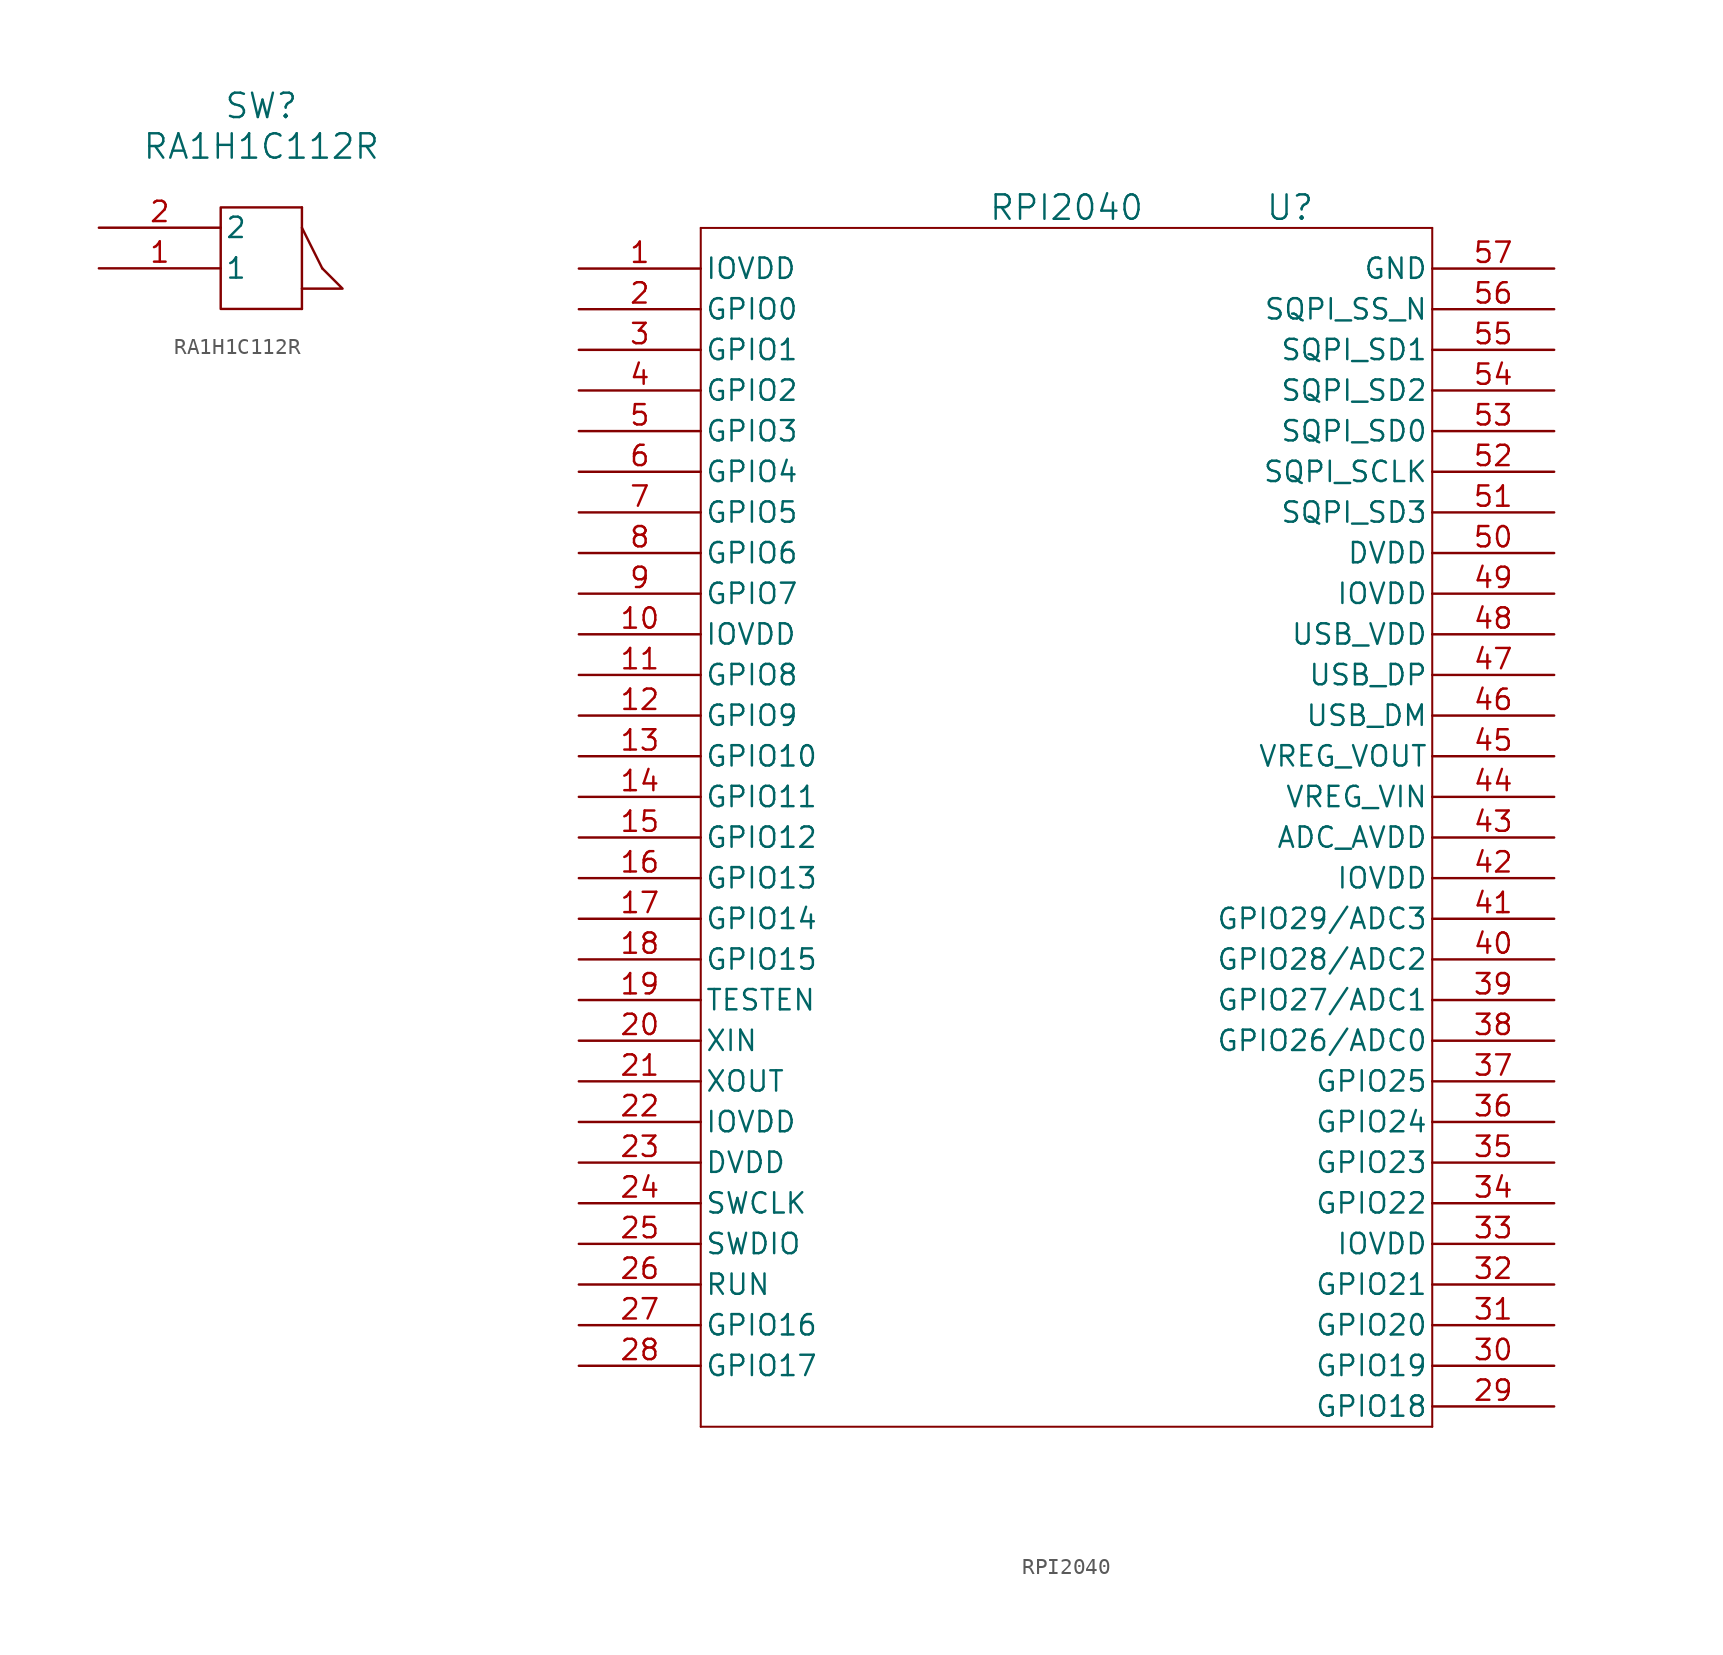
<source format=kicad_sym>
(kicad_symbol_lib
  (version 20231120)
  (generator "kicad_symbol_editor")
  (generator_version "8.0")
  (symbol "RA1H1C112R"
    (pin_names
      (offset 0.254))
    (property "Reference" "SW"
      (at 1.27 8.89 0)
      (effects (font (size 1.524 1.524))))
    (property "Value" "RA1H1C112R"
      (at 1.27 6.35 0)
      (effects (font (size 1.524 1.524))))
    (symbol "RA1H1C112R_1_1"
      (polyline (pts (xy 3.81 1.27) (xy 5.08 -1.27)) (stroke (width 0) (type default)) (fill (type none)))
      (polyline (pts (xy 3.81 2.54) (xy 3.81 -3.81)) (stroke (width 0) (type default)) (fill (type none)))
      (polyline (pts (xy 5.08 -1.27) (xy 6.35 -2.54) (xy 3.81 -2.54)) (stroke (width 0) (type default)) (fill (type none)))
      (polyline (pts (xy 3.81 -3.81) (xy -1.27 -3.81) (xy -1.27 2.54) (xy 3.81 2.54)) (stroke (width 0) (type default)) (fill (type none)))
      (pin power_in line (at -8.89 -1.27 0) (length 7.62) (name "1" (effects (font (size 1.27 1.27)))) (number "1" (effects (font (size 1.27 1.27)))))
      (pin power_in line (at -8.89 1.27 0) (length 7.62) (name "2" (effects (font (size 1.27 1.27)))) (number "2" (effects (font (size 1.27 1.27)))))))
  (symbol "RPI2040"
    (pin_names
      (offset 0.254))
    (property "Reference" "U"
      (at 44.45 3.81 0)
      (effects (font (size 1.524 1.524))))
    (property "Value" "RPI2040"
      (at 30.48 3.81 0)
      (effects (font (size 1.524 1.524))))
    (symbol "RPI2040_0_1"
      (polyline (pts (xy 7.62 -72.39) (xy 53.34 -72.39)) (stroke (width 0.127) (type default)) (fill (type none)))
      (polyline (pts (xy 7.62 2.54) (xy 7.62 -72.39)) (stroke (width 0.127) (type default)) (fill (type none)))
      (polyline (pts (xy 53.34 -72.39) (xy 53.34 2.54)) (stroke (width 0.127) (type default)) (fill (type none)))
      (polyline (pts (xy 53.34 2.54) (xy 7.62 2.54)) (stroke (width 0.127) (type default)) (fill (type none)))
      (pin power_in line (at 0 0 0) (length 7.62) (name "IOVDD" (effects (font (size 1.27 1.27)))) (number "1" (effects (font (size 1.27 1.27)))))
      (pin power_in line (at 0 -22.86 0) (length 7.62) (name "IOVDD" (effects (font (size 1.27 1.27)))) (number "10" (effects (font (size 1.27 1.27)))))
      (pin bidirectional line (at 0 -25.4 0) (length 7.62) (name "GPIO8" (effects (font (size 1.27 1.27)))) (number "11" (effects (font (size 1.27 1.27)))))
      (pin bidirectional line (at 0 -27.94 0) (length 7.62) (name "GPIO9" (effects (font (size 1.27 1.27)))) (number "12" (effects (font (size 1.27 1.27)))))
      (pin bidirectional line (at 0 -30.48 0) (length 7.62) (name "GPIO10" (effects (font (size 1.27 1.27)))) (number "13" (effects (font (size 1.27 1.27)))))
      (pin bidirectional line (at 0 -33.02 0) (length 7.62) (name "GPIO11" (effects (font (size 1.27 1.27)))) (number "14" (effects (font (size 1.27 1.27)))))
      (pin bidirectional line (at 0 -35.56 0) (length 7.62) (name "GPIO12" (effects (font (size 1.27 1.27)))) (number "15" (effects (font (size 1.27 1.27)))))
      (pin bidirectional line (at 0 -38.1 0) (length 7.62) (name "GPIO13" (effects (font (size 1.27 1.27)))) (number "16" (effects (font (size 1.27 1.27)))))
      (pin bidirectional line (at 0 -40.64 0) (length 7.62) (name "GPIO14" (effects (font (size 1.27 1.27)))) (number "17" (effects (font (size 1.27 1.27)))))
      (pin bidirectional line (at 0 -43.18 0) (length 7.62) (name "GPIO15" (effects (font (size 1.27 1.27)))) (number "18" (effects (font (size 1.27 1.27)))))
      (pin input line (at 0 -45.72 0) (length 7.62) (name "TESTEN" (effects (font (size 1.27 1.27)))) (number "19" (effects (font (size 1.27 1.27)))))
      (pin bidirectional line (at 0 -2.54 0) (length 7.62) (name "GPIO0" (effects (font (size 1.27 1.27)))) (number "2" (effects (font (size 1.27 1.27)))))
      (pin input line (at 0 -48.26 0) (length 7.62) (name "XIN" (effects (font (size 1.27 1.27)))) (number "20" (effects (font (size 1.27 1.27)))))
      (pin output line (at 0 -50.8 0) (length 7.62) (name "XOUT" (effects (font (size 1.27 1.27)))) (number "21" (effects (font (size 1.27 1.27)))))
      (pin power_in line (at 0 -53.34 0) (length 7.62) (name "IOVDD" (effects (font (size 1.27 1.27)))) (number "22" (effects (font (size 1.27 1.27)))))
      (pin power_in line (at 0 -55.88 0) (length 7.62) (name "DVDD" (effects (font (size 1.27 1.27)))) (number "23" (effects (font (size 1.27 1.27)))))
      (pin input line (at 0 -58.42 0) (length 7.62) (name "SWCLK" (effects (font (size 1.27 1.27)))) (number "24" (effects (font (size 1.27 1.27)))))
      (pin bidirectional line (at 0 -60.96 0) (length 7.62) (name "SWDIO" (effects (font (size 1.27 1.27)))) (number "25" (effects (font (size 1.27 1.27)))))
      (pin input line (at 0 -63.5 0) (length 7.62) (name "RUN" (effects (font (size 1.27 1.27)))) (number "26" (effects (font (size 1.27 1.27)))))
      (pin bidirectional line (at 0 -66.04 0) (length 7.62) (name "GPIO16" (effects (font (size 1.27 1.27)))) (number "27" (effects (font (size 1.27 1.27)))))
      (pin bidirectional line (at 0 -68.58 0) (length 7.62) (name "GPIO17" (effects (font (size 1.27 1.27)))) (number "28" (effects (font (size 1.27 1.27)))))
      (pin bidirectional line (at 60.96 -71.12 180) (length 7.62) (name "GPIO18" (effects (font (size 1.27 1.27)))) (number "29" (effects (font (size 1.27 1.27)))))
      (pin bidirectional line (at 0 -5.08 0) (length 7.62) (name "GPIO1" (effects (font (size 1.27 1.27)))) (number "3" (effects (font (size 1.27 1.27)))))
      (pin bidirectional line (at 60.96 -68.58 180) (length 7.62) (name "GPIO19" (effects (font (size 1.27 1.27)))) (number "30" (effects (font (size 1.27 1.27)))))
      (pin bidirectional line (at 60.96 -66.04 180) (length 7.62) (name "GPIO20" (effects (font (size 1.27 1.27)))) (number "31" (effects (font (size 1.27 1.27)))))
      (pin bidirectional line (at 60.96 -63.5 180) (length 7.62) (name "GPIO21" (effects (font (size 1.27 1.27)))) (number "32" (effects (font (size 1.27 1.27)))))
      (pin power_in line (at 60.96 -60.96 180) (length 7.62) (name "IOVDD" (effects (font (size 1.27 1.27)))) (number "33" (effects (font (size 1.27 1.27)))))
      (pin bidirectional line (at 60.96 -58.42 180) (length 7.62) (name "GPIO22" (effects (font (size 1.27 1.27)))) (number "34" (effects (font (size 1.27 1.27)))))
      (pin bidirectional line (at 60.96 -55.88 180) (length 7.62) (name "GPIO23" (effects (font (size 1.27 1.27)))) (number "35" (effects (font (size 1.27 1.27)))))
      (pin bidirectional line (at 60.96 -53.34 180) (length 7.62) (name "GPIO24" (effects (font (size 1.27 1.27)))) (number "36" (effects (font (size 1.27 1.27)))))
      (pin bidirectional line (at 60.96 -50.8 180) (length 7.62) (name "GPIO25" (effects (font (size 1.27 1.27)))) (number "37" (effects (font (size 1.27 1.27)))))
      (pin bidirectional line (at 60.96 -48.26 180) (length 7.62) (name "GPIO26/ADC0" (effects (font (size 1.27 1.27)))) (number "38" (effects (font (size 1.27 1.27)))))
      (pin bidirectional line (at 60.96 -45.72 180) (length 7.62) (name "GPIO27/ADC1" (effects (font (size 1.27 1.27)))) (number "39" (effects (font (size 1.27 1.27)))))
      (pin bidirectional line (at 0 -7.62 0) (length 7.62) (name "GPIO2" (effects (font (size 1.27 1.27)))) (number "4" (effects (font (size 1.27 1.27)))))
      (pin bidirectional line (at 60.96 -43.18 180) (length 7.62) (name "GPIO28/ADC2" (effects (font (size 1.27 1.27)))) (number "40" (effects (font (size 1.27 1.27)))))
      (pin bidirectional line (at 60.96 -40.64 180) (length 7.62) (name "GPIO29/ADC3" (effects (font (size 1.27 1.27)))) (number "41" (effects (font (size 1.27 1.27)))))
      (pin power_in line (at 60.96 -38.1 180) (length 7.62) (name "IOVDD" (effects (font (size 1.27 1.27)))) (number "42" (effects (font (size 1.27 1.27)))))
      (pin power_in line (at 60.96 -35.56 180) (length 7.62) (name "ADC_AVDD" (effects (font (size 1.27 1.27)))) (number "43" (effects (font (size 1.27 1.27)))))
      (pin power_in line (at 60.96 -33.02 180) (length 7.62) (name "VREG_VIN" (effects (font (size 1.27 1.27)))) (number "44" (effects (font (size 1.27 1.27)))))
      (pin power_in line (at 60.96 -30.48 180) (length 7.62) (name "VREG_VOUT" (effects (font (size 1.27 1.27)))) (number "45" (effects (font (size 1.27 1.27)))))
      (pin bidirectional line (at 60.96 -27.94 180) (length 7.62) (name "USB_DM" (effects (font (size 1.27 1.27)))) (number "46" (effects (font (size 1.27 1.27)))))
      (pin bidirectional line (at 60.96 -25.4 180) (length 7.62) (name "USB_DP" (effects (font (size 1.27 1.27)))) (number "47" (effects (font (size 1.27 1.27)))))
      (pin power_in line (at 60.96 -22.86 180) (length 7.62) (name "USB_VDD" (effects (font (size 1.27 1.27)))) (number "48" (effects (font (size 1.27 1.27)))))
      (pin power_in line (at 60.96 -20.32 180) (length 7.62) (name "IOVDD" (effects (font (size 1.27 1.27)))) (number "49" (effects (font (size 1.27 1.27)))))
      (pin bidirectional line (at 0 -10.16 0) (length 7.62) (name "GPIO3" (effects (font (size 1.27 1.27)))) (number "5" (effects (font (size 1.27 1.27)))))
      (pin power_in line (at 60.96 -17.78 180) (length 7.62) (name "DVDD" (effects (font (size 1.27 1.27)))) (number "50" (effects (font (size 1.27 1.27)))))
      (pin bidirectional line (at 60.96 -15.24 180) (length 7.62) (name "SQPI_SD3" (effects (font (size 1.27 1.27)))) (number "51" (effects (font (size 1.27 1.27)))))
      (pin bidirectional line (at 60.96 -12.7 180) (length 7.62) (name "SQPI_SCLK" (effects (font (size 1.27 1.27)))) (number "52" (effects (font (size 1.27 1.27)))))
      (pin bidirectional line (at 60.96 -10.16 180) (length 7.62) (name "SQPI_SD0" (effects (font (size 1.27 1.27)))) (number "53" (effects (font (size 1.27 1.27)))))
      (pin bidirectional line (at 60.96 -7.62 180) (length 7.62) (name "SQPI_SD2" (effects (font (size 1.27 1.27)))) (number "54" (effects (font (size 1.27 1.27)))))
      (pin bidirectional line (at 60.96 -5.08 180) (length 7.62) (name "SQPI_SD1" (effects (font (size 1.27 1.27)))) (number "55" (effects (font (size 1.27 1.27)))))
      (pin bidirectional line (at 60.96 -2.54 180) (length 7.62) (name "SQPI_SS_N" (effects (font (size 1.27 1.27)))) (number "56" (effects (font (size 1.27 1.27)))))
      (pin power_out line (at 60.96 0 180) (length 7.62) (name "GND" (effects (font (size 1.27 1.27)))) (number "57" (effects (font (size 1.27 1.27)))))
      (pin bidirectional line (at 0 -12.7 0) (length 7.62) (name "GPIO4" (effects (font (size 1.27 1.27)))) (number "6" (effects (font (size 1.27 1.27)))))
      (pin bidirectional line (at 0 -15.24 0) (length 7.62) (name "GPIO5" (effects (font (size 1.27 1.27)))) (number "7" (effects (font (size 1.27 1.27)))))
      (pin bidirectional line (at 0 -17.78 0) (length 7.62) (name "GPIO6" (effects (font (size 1.27 1.27)))) (number "8" (effects (font (size 1.27 1.27)))))
      (pin bidirectional line (at 0 -20.32 0) (length 7.62) (name "GPIO7" (effects (font (size 1.27 1.27)))) (number "9" (effects (font (size 1.27 1.27))))))))
</source>
